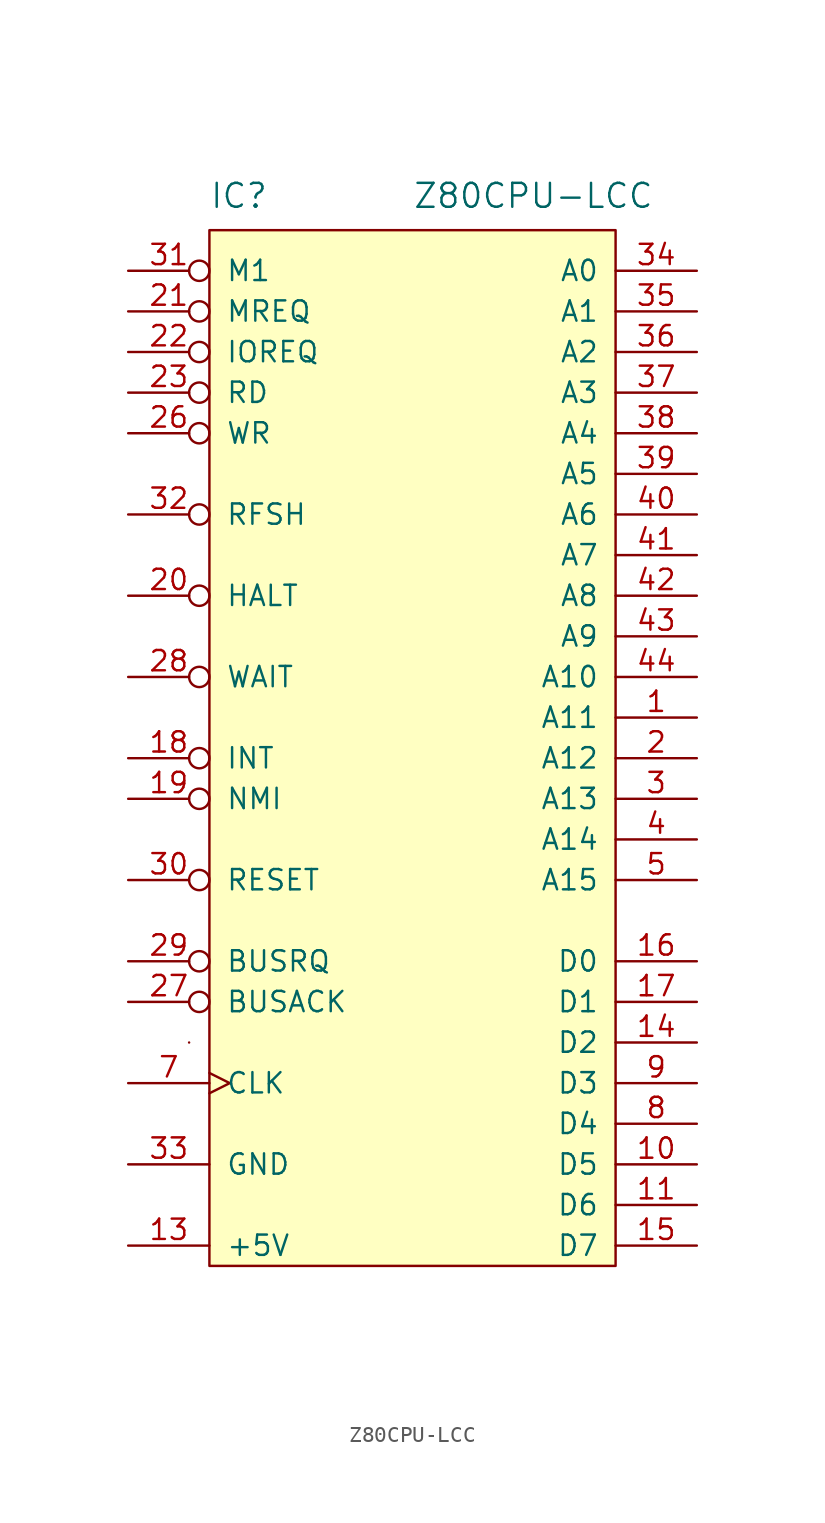
<source format=kicad_sym>
(kicad_symbol_lib
  (version 20211014)
  (generator kicad_symbol_editor)
  (symbol "Z80CPU-LCC"
    (pin_names
      (offset 1.016))
    (property "Reference" "IC"
      (at 0 1.27 0)
      (effects (font (size 1.499 1.499)) (justify left bottom)))
    (property "Value" "Z80CPU-LCC"
      (at 12.7 1.27 0)
      (effects (font (size 1.499 1.499)) (justify left bottom)))
    (symbol "Z80CPU-LCC_0_0"
      (pin no_connect line (at 11.43 -67.31 90) (length 2.54) hide (name "NC" (effects (font (size 1.27 1.27)))) (number "12" (effects (font (size 1.27 1.27)))))
      (pin no_connect line (at 13.97 -67.31 90) (length 2.54) hide (name "NC" (effects (font (size 1.27 1.27)))) (number "24" (effects (font (size 1.27 1.27)))))
      (pin no_connect line (at 16.51 -67.31 90) (length 2.54) hide (name "NC" (effects (font (size 1.27 1.27)))) (number "25" (effects (font (size 1.27 1.27)))))
      (pin output line (at 30.48 -20.32 180) (length 5.08) (name "A7" (effects (font (size 1.27 1.27)))) (number "41" (effects (font (size 1.27 1.27)))))
      (pin output line (at 30.48 -22.86 180) (length 5.08) (name "A8" (effects (font (size 1.27 1.27)))) (number "42" (effects (font (size 1.27 1.27)))))
      (pin output line (at 30.48 -25.4 180) (length 5.08) (name "A9" (effects (font (size 1.27 1.27)))) (number "43" (effects (font (size 1.27 1.27)))))
      (pin output line (at 30.48 -27.94 180) (length 5.08) (name "A10" (effects (font (size 1.27 1.27)))) (number "44" (effects (font (size 1.27 1.27)))))
      (pin no_connect line (at 8.89 -67.31 90) (length 2.54) hide (name "NC" (effects (font (size 1.27 1.27)))) (number "6" (effects (font (size 1.27 1.27))))))
    (symbol "Z80CPU-LCC_1_0"
      (rectangle (start -1.27 -50.8) (end -1.27 -50.8) (stroke (width 0) (type default) (color 0 0 0 0)) (fill (type none)))
      (rectangle (start 0 0) (end 25.4 -64.77) (stroke (width 0) (type default) (color 0 0 0 0)) (fill (type background)))
      (pin output line (at 30.48 -30.48 180) (length 5.08) (name "A11" (effects (font (size 1.27 1.27)))) (number "1" (effects (font (size 1.27 1.27)))))
      (pin bidirectional line (at 30.48 -58.42 180) (length 5.08) (name "D5" (effects (font (size 1.27 1.27)))) (number "10" (effects (font (size 1.27 1.27)))))
      (pin bidirectional line (at 30.48 -60.96 180) (length 5.08) (name "D6" (effects (font (size 1.27 1.27)))) (number "11" (effects (font (size 1.27 1.27)))))
      (pin power_in line (at -5.08 -63.5 0) (length 5.08) (name "+5V" (effects (font (size 1.27 1.27)))) (number "13" (effects (font (size 1.27 1.27)))))
      (pin bidirectional line (at 30.48 -50.8 180) (length 5.08) (name "D2" (effects (font (size 1.27 1.27)))) (number "14" (effects (font (size 1.27 1.27)))))
      (pin bidirectional line (at 30.48 -63.5 180) (length 5.08) (name "D7" (effects (font (size 1.27 1.27)))) (number "15" (effects (font (size 1.27 1.27)))))
      (pin bidirectional line (at 30.48 -45.72 180) (length 5.08) (name "D0" (effects (font (size 1.27 1.27)))) (number "16" (effects (font (size 1.27 1.27)))))
      (pin bidirectional line (at 30.48 -48.26 180) (length 5.08) (name "D1" (effects (font (size 1.27 1.27)))) (number "17" (effects (font (size 1.27 1.27)))))
      (pin input inverted (at -5.08 -33.02 0) (length 5.08) (name "INT" (effects (font (size 1.27 1.27)))) (number "18" (effects (font (size 1.27 1.27)))))
      (pin input inverted (at -5.08 -35.56 0) (length 5.08) (name "NMI" (effects (font (size 1.27 1.27)))) (number "19" (effects (font (size 1.27 1.27)))))
      (pin output line (at 30.48 -33.02 180) (length 5.08) (name "A12" (effects (font (size 1.27 1.27)))) (number "2" (effects (font (size 1.27 1.27)))))
      (pin output inverted (at -5.08 -22.86 0) (length 5.08) (name "HALT" (effects (font (size 1.27 1.27)))) (number "20" (effects (font (size 1.27 1.27)))))
      (pin output inverted (at -5.08 -5.08 0) (length 5.08) (name "MREQ" (effects (font (size 1.27 1.27)))) (number "21" (effects (font (size 1.27 1.27)))))
      (pin output inverted (at -5.08 -7.62 0) (length 5.08) (name "IOREQ" (effects (font (size 1.27 1.27)))) (number "22" (effects (font (size 1.27 1.27)))))
      (pin output inverted (at -5.08 -10.16 0) (length 5.08) (name "RD" (effects (font (size 1.27 1.27)))) (number "23" (effects (font (size 1.27 1.27)))))
      (pin output inverted (at -5.08 -12.7 0) (length 5.08) (name "WR" (effects (font (size 1.27 1.27)))) (number "26" (effects (font (size 1.27 1.27)))))
      (pin output inverted (at -5.08 -48.26 0) (length 5.08) (name "BUSACK" (effects (font (size 1.27 1.27)))) (number "27" (effects (font (size 1.27 1.27)))))
      (pin input inverted (at -5.08 -27.94 0) (length 5.08) (name "WAIT" (effects (font (size 1.27 1.27)))) (number "28" (effects (font (size 1.27 1.27)))))
      (pin input inverted (at -5.08 -45.72 0) (length 5.08) (name "BUSRQ" (effects (font (size 1.27 1.27)))) (number "29" (effects (font (size 1.27 1.27)))))
      (pin output line (at 30.48 -35.56 180) (length 5.08) (name "A13" (effects (font (size 1.27 1.27)))) (number "3" (effects (font (size 1.27 1.27)))))
      (pin input inverted (at -5.08 -40.64 0) (length 5.08) (name "RESET" (effects (font (size 1.27 1.27)))) (number "30" (effects (font (size 1.27 1.27)))))
      (pin output inverted (at -5.08 -2.54 0) (length 5.08) (name "M1" (effects (font (size 1.27 1.27)))) (number "31" (effects (font (size 1.27 1.27)))))
      (pin output inverted (at -5.08 -17.78 0) (length 5.08) (name "RFSH" (effects (font (size 1.27 1.27)))) (number "32" (effects (font (size 1.27 1.27)))))
      (pin power_in line (at -5.08 -58.42 0) (length 5.08) (name "GND" (effects (font (size 1.27 1.27)))) (number "33" (effects (font (size 1.27 1.27)))))
      (pin output line (at 30.48 -2.54 180) (length 5.08) (name "A0" (effects (font (size 1.27 1.27)))) (number "34" (effects (font (size 1.27 1.27)))))
      (pin output line (at 30.48 -5.08 180) (length 5.08) (name "A1" (effects (font (size 1.27 1.27)))) (number "35" (effects (font (size 1.27 1.27)))))
      (pin output line (at 30.48 -7.62 180) (length 5.08) (name "A2" (effects (font (size 1.27 1.27)))) (number "36" (effects (font (size 1.27 1.27)))))
      (pin output line (at 30.48 -10.16 180) (length 5.08) (name "A3" (effects (font (size 1.27 1.27)))) (number "37" (effects (font (size 1.27 1.27)))))
      (pin output line (at 30.48 -12.7 180) (length 5.08) (name "A4" (effects (font (size 1.27 1.27)))) (number "38" (effects (font (size 1.27 1.27)))))
      (pin output line (at 30.48 -15.24 180) (length 5.08) (name "A5" (effects (font (size 1.27 1.27)))) (number "39" (effects (font (size 1.27 1.27)))))
      (pin output line (at 30.48 -38.1 180) (length 5.08) (name "A14" (effects (font (size 1.27 1.27)))) (number "4" (effects (font (size 1.27 1.27)))))
      (pin output line (at 30.48 -17.78 180) (length 5.08) (name "A6" (effects (font (size 1.27 1.27)))) (number "40" (effects (font (size 1.27 1.27)))))
      (pin output line (at 30.48 -40.64 180) (length 5.08) (name "A15" (effects (font (size 1.27 1.27)))) (number "5" (effects (font (size 1.27 1.27)))))
      (pin input clock (at -5.08 -53.34 0) (length 5.08) (name "CLK" (effects (font (size 1.27 1.27)))) (number "7" (effects (font (size 1.27 1.27)))))
      (pin bidirectional line (at 30.48 -55.88 180) (length 5.08) (name "D4" (effects (font (size 1.27 1.27)))) (number "8" (effects (font (size 1.27 1.27)))))
      (pin bidirectional line (at 30.48 -53.34 180) (length 5.08) (name "D3" (effects (font (size 1.27 1.27)))) (number "9" (effects (font (size 1.27 1.27))))))))
</source>
